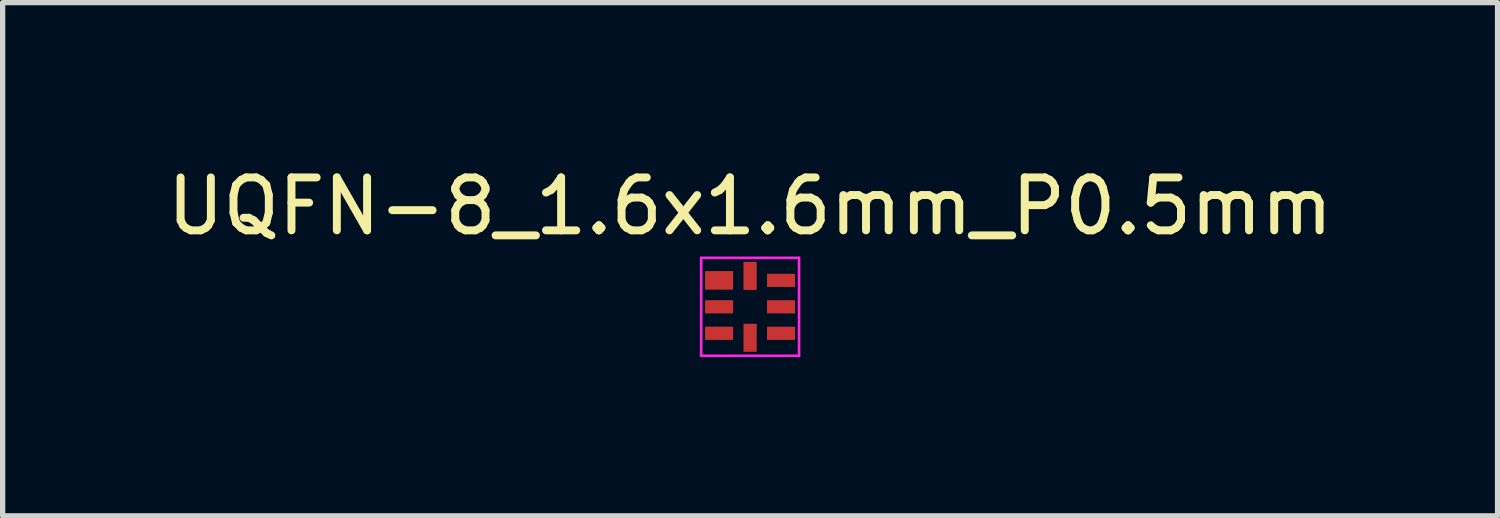
<source format=kicad_pcb>
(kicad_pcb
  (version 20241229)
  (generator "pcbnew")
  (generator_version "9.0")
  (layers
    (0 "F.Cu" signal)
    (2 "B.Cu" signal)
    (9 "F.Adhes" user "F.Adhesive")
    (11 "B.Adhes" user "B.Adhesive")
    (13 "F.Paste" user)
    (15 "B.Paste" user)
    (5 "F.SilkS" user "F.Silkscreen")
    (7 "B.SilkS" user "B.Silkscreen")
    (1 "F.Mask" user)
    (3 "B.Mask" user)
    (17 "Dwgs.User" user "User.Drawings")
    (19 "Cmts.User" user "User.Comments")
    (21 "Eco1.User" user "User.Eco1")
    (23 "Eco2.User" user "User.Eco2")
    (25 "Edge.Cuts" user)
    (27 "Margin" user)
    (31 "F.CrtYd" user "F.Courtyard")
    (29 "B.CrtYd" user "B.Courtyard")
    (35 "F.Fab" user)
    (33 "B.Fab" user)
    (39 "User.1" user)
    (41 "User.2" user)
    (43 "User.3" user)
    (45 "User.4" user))
  (footprint "UQFN-8_1.6x1.6mm_P0.5mm"
    (layer "F.Cu")
    (at 11.125 2.748)
    (property "Reference" "UQFN-8_1.6x1.6mm_P0.5mm" (at 0 -1.9 0) (layer "F.SilkS") (effects (font (size 1 1) (thickness 0.15))))
    (attr smd)
    (fp_line (start -0.925 -0.925) (end 0.925 -0.925) (stroke (width 0.05) (type solid)) (layer "F.CrtYd"))
    (fp_line (start -0.925 0.925) (end -0.925 -0.925) (stroke (width 0.05) (type solid)) (layer "F.CrtYd"))
    (fp_line (start -0.925 0.925) (end 0.925 0.925) (stroke (width 0.05) (type solid)) (layer "F.CrtYd"))
    (fp_line (start 0.925 0.925) (end 0.925 -0.925) (stroke (width 0.05) (type solid)) (layer "F.CrtYd"))
    (pad "1" smd rect (at -0.585 -0.5) (size 0.53 0.35) (layers "F.Cu" "F.Mask" "F.Paste"))
    (pad "2" smd rect (at -0.585 0) (size 0.53 0.25) (layers "F.Cu" "F.Mask" "F.Paste"))
    (pad "3" smd rect (at -0.585 0.5) (size 0.53 0.25) (layers "F.Cu" "F.Mask" "F.Paste"))
    (pad "4" smd rect (at 0 0.585 90) (size 0.53 0.25) (layers "F.Cu" "F.Mask" "F.Paste"))
    (pad "5" smd rect (at 0.585 0.5) (size 0.53 0.25) (layers "F.Cu" "F.Mask" "F.Paste"))
    (pad "6" smd rect (at 0.585 0) (size 0.53 0.25) (layers "F.Cu" "F.Mask" "F.Paste"))
    (pad "7" smd rect (at 0.585 -0.5) (size 0.53 0.25) (layers "F.Cu" "F.Mask" "F.Paste"))
    (pad "8" smd rect (at 0 -0.585 90) (size 0.53 0.25) (layers "F.Cu" "F.Mask" "F.Paste")))
  (gr_rect
    (start -3 -3)
    (end 25.25 6.698)
    (stroke (width 0.1) (type default))
    (fill no)
    (layer "Edge.Cuts")))
</source>
